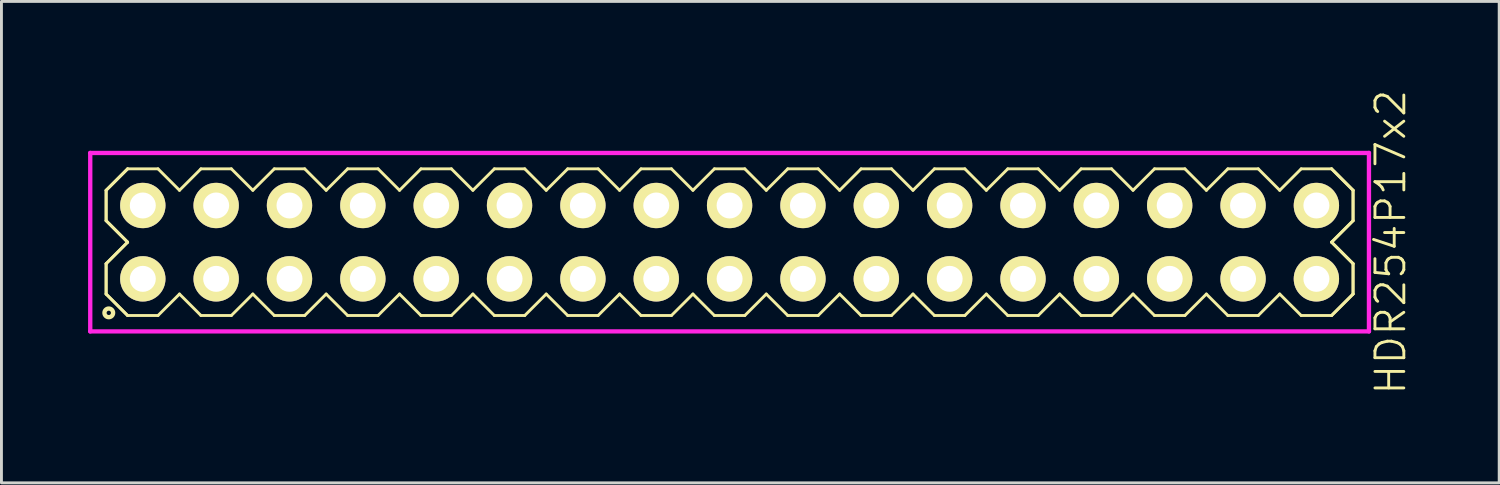
<source format=kicad_pcb>
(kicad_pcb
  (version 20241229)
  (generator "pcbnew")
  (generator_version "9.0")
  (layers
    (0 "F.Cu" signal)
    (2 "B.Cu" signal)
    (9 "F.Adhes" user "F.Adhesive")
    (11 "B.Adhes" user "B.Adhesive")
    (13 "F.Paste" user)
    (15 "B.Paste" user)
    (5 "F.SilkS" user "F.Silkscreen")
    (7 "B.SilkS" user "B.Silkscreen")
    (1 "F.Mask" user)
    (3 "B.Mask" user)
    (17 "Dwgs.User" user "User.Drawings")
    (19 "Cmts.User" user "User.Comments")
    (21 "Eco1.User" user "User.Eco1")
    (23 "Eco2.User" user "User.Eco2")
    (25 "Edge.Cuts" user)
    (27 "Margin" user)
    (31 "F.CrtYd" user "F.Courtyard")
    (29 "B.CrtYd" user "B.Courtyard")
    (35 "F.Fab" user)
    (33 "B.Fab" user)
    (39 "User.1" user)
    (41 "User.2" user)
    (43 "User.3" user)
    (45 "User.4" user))
  (footprint "HDR254P17x2"
    (layer "F.Cu")
    (at 22.215 5.336)
    (property "Reference" "HDR254P17x2" (at 22.89 0 90) (layer "F.SilkS") (effects (font (size 1 1) (thickness 0.1))))
    (attr through_hole)
    (fp_line (start -21.59 -1.796) (end -20.846 -2.54) (stroke (width 0.1) (type solid)) (layer "F.SilkS"))
    (fp_line (start -21.59 -1.796) (end -20.846 -2.54) (stroke (width 0.1) (type solid)) (layer "F.SilkS"))
    (fp_line (start -21.59 -0.744) (end -21.59 -1.796) (stroke (width 0.1) (type solid)) (layer "F.SilkS"))
    (fp_line (start -21.59 -0.744) (end -21.59 -1.796) (stroke (width 0.1) (type solid)) (layer "F.SilkS"))
    (fp_line (start -21.59 0.744) (end -20.846 0) (stroke (width 0.1) (type solid)) (layer "F.SilkS"))
    (fp_line (start -21.59 0.744) (end -20.846 0) (stroke (width 0.1) (type solid)) (layer "F.SilkS"))
    (fp_line (start -21.59 1.796) (end -21.59 0.744) (stroke (width 0.1) (type solid)) (layer "F.SilkS"))
    (fp_line (start -21.59 1.796) (end -21.59 0.744) (stroke (width 0.1) (type solid)) (layer "F.SilkS"))
    (fp_line (start -20.846 -2.54) (end -19.794 -2.54) (stroke (width 0.1) (type solid)) (layer "F.SilkS"))
    (fp_line (start -20.846 0) (end -21.59 -0.744) (stroke (width 0.1) (type solid)) (layer "F.SilkS"))
    (fp_line (start -20.846 0) (end -21.59 -0.744) (stroke (width 0.1) (type solid)) (layer "F.SilkS"))
    (fp_line (start -20.846 2.54) (end -21.59 1.796) (stroke (width 0.1) (type solid)) (layer "F.SilkS"))
    (fp_line (start -20.846 2.54) (end -21.59 1.796) (stroke (width 0.1) (type solid)) (layer "F.SilkS"))
    (fp_line (start -19.794 -2.54) (end -19.05 -1.796) (stroke (width 0.1) (type solid)) (layer "F.SilkS"))
    (fp_line (start -19.794 2.54) (end -20.846 2.54) (stroke (width 0.1) (type solid)) (layer "F.SilkS"))
    (fp_line (start -19.05 -1.796) (end -18.306 -2.54) (stroke (width 0.1) (type solid)) (layer "F.SilkS"))
    (fp_line (start -19.05 1.796) (end -19.794 2.54) (stroke (width 0.1) (type solid)) (layer "F.SilkS"))
    (fp_line (start -18.306 -2.54) (end -17.254 -2.54) (stroke (width 0.1) (type solid)) (layer "F.SilkS"))
    (fp_line (start -18.306 2.54) (end -19.05 1.796) (stroke (width 0.1) (type solid)) (layer "F.SilkS"))
    (fp_line (start -17.254 -2.54) (end -16.51 -1.796) (stroke (width 0.1) (type solid)) (layer "F.SilkS"))
    (fp_line (start -17.254 2.54) (end -18.306 2.54) (stroke (width 0.1) (type solid)) (layer "F.SilkS"))
    (fp_line (start -16.51 -1.796) (end -15.766 -2.54) (stroke (width 0.1) (type solid)) (layer "F.SilkS"))
    (fp_line (start -16.51 1.796) (end -17.254 2.54) (stroke (width 0.1) (type solid)) (layer "F.SilkS"))
    (fp_line (start -15.766 -2.54) (end -14.714 -2.54) (stroke (width 0.1) (type solid)) (layer "F.SilkS"))
    (fp_line (start -15.766 2.54) (end -16.51 1.796) (stroke (width 0.1) (type solid)) (layer "F.SilkS"))
    (fp_line (start -14.714 -2.54) (end -13.97 -1.796) (stroke (width 0.1) (type solid)) (layer "F.SilkS"))
    (fp_line (start -14.714 2.54) (end -15.766 2.54) (stroke (width 0.1) (type solid)) (layer "F.SilkS"))
    (fp_line (start -13.97 -1.796) (end -13.226 -2.54) (stroke (width 0.1) (type solid)) (layer "F.SilkS"))
    (fp_line (start -13.97 1.796) (end -14.714 2.54) (stroke (width 0.1) (type solid)) (layer "F.SilkS"))
    (fp_line (start -13.226 -2.54) (end -12.174 -2.54) (stroke (width 0.1) (type solid)) (layer "F.SilkS"))
    (fp_line (start -13.226 2.54) (end -13.97 1.796) (stroke (width 0.1) (type solid)) (layer "F.SilkS"))
    (fp_line (start -12.174 -2.54) (end -11.43 -1.796) (stroke (width 0.1) (type solid)) (layer "F.SilkS"))
    (fp_line (start -12.174 2.54) (end -13.226 2.54) (stroke (width 0.1) (type solid)) (layer "F.SilkS"))
    (fp_line (start -11.43 -1.796) (end -10.686 -2.54) (stroke (width 0.1) (type solid)) (layer "F.SilkS"))
    (fp_line (start -11.43 1.796) (end -12.174 2.54) (stroke (width 0.1) (type solid)) (layer "F.SilkS"))
    (fp_line (start -10.686 -2.54) (end -9.634 -2.54) (stroke (width 0.1) (type solid)) (layer "F.SilkS"))
    (fp_line (start -10.686 2.54) (end -11.43 1.796) (stroke (width 0.1) (type solid)) (layer "F.SilkS"))
    (fp_line (start -9.634 -2.54) (end -8.89 -1.796) (stroke (width 0.1) (type solid)) (layer "F.SilkS"))
    (fp_line (start -9.634 2.54) (end -10.686 2.54) (stroke (width 0.1) (type solid)) (layer "F.SilkS"))
    (fp_line (start -8.89 -1.796) (end -8.146 -2.54) (stroke (width 0.1) (type solid)) (layer "F.SilkS"))
    (fp_line (start -8.89 1.796) (end -9.634 2.54) (stroke (width 0.1) (type solid)) (layer "F.SilkS"))
    (fp_line (start -8.146 -2.54) (end -7.094 -2.54) (stroke (width 0.1) (type solid)) (layer "F.SilkS"))
    (fp_line (start -8.146 2.54) (end -8.89 1.796) (stroke (width 0.1) (type solid)) (layer "F.SilkS"))
    (fp_line (start -7.094 -2.54) (end -6.35 -1.796) (stroke (width 0.1) (type solid)) (layer "F.SilkS"))
    (fp_line (start -7.094 2.54) (end -8.146 2.54) (stroke (width 0.1) (type solid)) (layer "F.SilkS"))
    (fp_line (start -6.35 -1.796) (end -5.606 -2.54) (stroke (width 0.1) (type solid)) (layer "F.SilkS"))
    (fp_line (start -6.35 1.796) (end -7.094 2.54) (stroke (width 0.1) (type solid)) (layer "F.SilkS"))
    (fp_line (start -5.606 -2.54) (end -4.554 -2.54) (stroke (width 0.1) (type solid)) (layer "F.SilkS"))
    (fp_line (start -5.606 2.54) (end -6.35 1.796) (stroke (width 0.1) (type solid)) (layer "F.SilkS"))
    (fp_line (start -4.554 -2.54) (end -3.81 -1.796) (stroke (width 0.1) (type solid)) (layer "F.SilkS"))
    (fp_line (start -4.554 2.54) (end -5.606 2.54) (stroke (width 0.1) (type solid)) (layer "F.SilkS"))
    (fp_line (start -3.81 -1.796) (end -3.066 -2.54) (stroke (width 0.1) (type solid)) (layer "F.SilkS"))
    (fp_line (start -3.81 1.796) (end -4.554 2.54) (stroke (width 0.1) (type solid)) (layer "F.SilkS"))
    (fp_line (start -3.066 -2.54) (end -2.014 -2.54) (stroke (width 0.1) (type solid)) (layer "F.SilkS"))
    (fp_line (start -3.066 2.54) (end -3.81 1.796) (stroke (width 0.1) (type solid)) (layer "F.SilkS"))
    (fp_line (start -2.014 -2.54) (end -1.27 -1.796) (stroke (width 0.1) (type solid)) (layer "F.SilkS"))
    (fp_line (start -2.014 2.54) (end -3.066 2.54) (stroke (width 0.1) (type solid)) (layer "F.SilkS"))
    (fp_line (start -1.27 -1.796) (end -0.526 -2.54) (stroke (width 0.1) (type solid)) (layer "F.SilkS"))
    (fp_line (start -1.27 1.796) (end -2.014 2.54) (stroke (width 0.1) (type solid)) (layer "F.SilkS"))
    (fp_line (start -0.526 -2.54) (end 0.526 -2.54) (stroke (width 0.1) (type solid)) (layer "F.SilkS"))
    (fp_line (start -0.526 2.54) (end -1.27 1.796) (stroke (width 0.1) (type solid)) (layer "F.SilkS"))
    (fp_line (start 0.526 -2.54) (end 1.27 -1.796) (stroke (width 0.1) (type solid)) (layer "F.SilkS"))
    (fp_line (start 0.526 2.54) (end -0.526 2.54) (stroke (width 0.1) (type solid)) (layer "F.SilkS"))
    (fp_line (start 1.27 -1.796) (end 2.014 -2.54) (stroke (width 0.1) (type solid)) (layer "F.SilkS"))
    (fp_line (start 1.27 1.796) (end 0.526 2.54) (stroke (width 0.1) (type solid)) (layer "F.SilkS"))
    (fp_line (start 2.014 -2.54) (end 3.066 -2.54) (stroke (width 0.1) (type solid)) (layer "F.SilkS"))
    (fp_line (start 2.014 2.54) (end 1.27 1.796) (stroke (width 0.1) (type solid)) (layer "F.SilkS"))
    (fp_line (start 3.066 -2.54) (end 3.81 -1.796) (stroke (width 0.1) (type solid)) (layer "F.SilkS"))
    (fp_line (start 3.066 2.54) (end 2.014 2.54) (stroke (width 0.1) (type solid)) (layer "F.SilkS"))
    (fp_line (start 3.81 -1.796) (end 4.554 -2.54) (stroke (width 0.1) (type solid)) (layer "F.SilkS"))
    (fp_line (start 3.81 1.796) (end 3.066 2.54) (stroke (width 0.1) (type solid)) (layer "F.SilkS"))
    (fp_line (start 4.554 -2.54) (end 5.606 -2.54) (stroke (width 0.1) (type solid)) (layer "F.SilkS"))
    (fp_line (start 4.554 2.54) (end 3.81 1.796) (stroke (width 0.1) (type solid)) (layer "F.SilkS"))
    (fp_line (start 5.606 -2.54) (end 6.35 -1.796) (stroke (width 0.1) (type solid)) (layer "F.SilkS"))
    (fp_line (start 5.606 2.54) (end 4.554 2.54) (stroke (width 0.1) (type solid)) (layer "F.SilkS"))
    (fp_line (start 6.35 -1.796) (end 7.094 -2.54) (stroke (width 0.1) (type solid)) (layer "F.SilkS"))
    (fp_line (start 6.35 1.796) (end 5.606 2.54) (stroke (width 0.1) (type solid)) (layer "F.SilkS"))
    (fp_line (start 7.094 -2.54) (end 8.146 -2.54) (stroke (width 0.1) (type solid)) (layer "F.SilkS"))
    (fp_line (start 7.094 2.54) (end 6.35 1.796) (stroke (width 0.1) (type solid)) (layer "F.SilkS"))
    (fp_line (start 8.146 -2.54) (end 8.89 -1.796) (stroke (width 0.1) (type solid)) (layer "F.SilkS"))
    (fp_line (start 8.146 2.54) (end 7.094 2.54) (stroke (width 0.1) (type solid)) (layer "F.SilkS"))
    (fp_line (start 8.89 -1.796) (end 9.634 -2.54) (stroke (width 0.1) (type solid)) (layer "F.SilkS"))
    (fp_line (start 8.89 1.796) (end 8.146 2.54) (stroke (width 0.1) (type solid)) (layer "F.SilkS"))
    (fp_line (start 9.634 -2.54) (end 10.686 -2.54) (stroke (width 0.1) (type solid)) (layer "F.SilkS"))
    (fp_line (start 9.634 2.54) (end 8.89 1.796) (stroke (width 0.1) (type solid)) (layer "F.SilkS"))
    (fp_line (start 10.686 -2.54) (end 11.43 -1.796) (stroke (width 0.1) (type solid)) (layer "F.SilkS"))
    (fp_line (start 10.686 2.54) (end 9.634 2.54) (stroke (width 0.1) (type solid)) (layer "F.SilkS"))
    (fp_line (start 11.43 -1.796) (end 12.174 -2.54) (stroke (width 0.1) (type solid)) (layer "F.SilkS"))
    (fp_line (start 11.43 1.796) (end 10.686 2.54) (stroke (width 0.1) (type solid)) (layer "F.SilkS"))
    (fp_line (start 12.174 -2.54) (end 13.226 -2.54) (stroke (width 0.1) (type solid)) (layer "F.SilkS"))
    (fp_line (start 12.174 2.54) (end 11.43 1.796) (stroke (width 0.1) (type solid)) (layer "F.SilkS"))
    (fp_line (start 13.226 -2.54) (end 13.97 -1.796) (stroke (width 0.1) (type solid)) (layer "F.SilkS"))
    (fp_line (start 13.226 2.54) (end 12.174 2.54) (stroke (width 0.1) (type solid)) (layer "F.SilkS"))
    (fp_line (start 13.97 -1.796) (end 14.714 -2.54) (stroke (width 0.1) (type solid)) (layer "F.SilkS"))
    (fp_line (start 13.97 1.796) (end 13.226 2.54) (stroke (width 0.1) (type solid)) (layer "F.SilkS"))
    (fp_line (start 14.714 -2.54) (end 15.766 -2.54) (stroke (width 0.1) (type solid)) (layer "F.SilkS"))
    (fp_line (start 14.714 2.54) (end 13.97 1.796) (stroke (width 0.1) (type solid)) (layer "F.SilkS"))
    (fp_line (start 15.766 -2.54) (end 16.51 -1.796) (stroke (width 0.1) (type solid)) (layer "F.SilkS"))
    (fp_line (start 15.766 2.54) (end 14.714 2.54) (stroke (width 0.1) (type solid)) (layer "F.SilkS"))
    (fp_line (start 16.51 -1.796) (end 17.254 -2.54) (stroke (width 0.1) (type solid)) (layer "F.SilkS"))
    (fp_line (start 16.51 1.796) (end 15.766 2.54) (stroke (width 0.1) (type solid)) (layer "F.SilkS"))
    (fp_line (start 17.254 -2.54) (end 18.306 -2.54) (stroke (width 0.1) (type solid)) (layer "F.SilkS"))
    (fp_line (start 17.254 2.54) (end 16.51 1.796) (stroke (width 0.1) (type solid)) (layer "F.SilkS"))
    (fp_line (start 18.306 -2.54) (end 19.05 -1.796) (stroke (width 0.1) (type solid)) (layer "F.SilkS"))
    (fp_line (start 18.306 2.54) (end 17.254 2.54) (stroke (width 0.1) (type solid)) (layer "F.SilkS"))
    (fp_line (start 19.05 -1.796) (end 19.794 -2.54) (stroke (width 0.1) (type solid)) (layer "F.SilkS"))
    (fp_line (start 19.05 1.796) (end 18.306 2.54) (stroke (width 0.1) (type solid)) (layer "F.SilkS"))
    (fp_line (start 19.794 -2.54) (end 20.846 -2.54) (stroke (width 0.1) (type solid)) (layer "F.SilkS"))
    (fp_line (start 19.794 2.54) (end 19.05 1.796) (stroke (width 0.1) (type solid)) (layer "F.SilkS"))
    (fp_line (start 20.846 -2.54) (end 21.59 -1.796) (stroke (width 0.1) (type solid)) (layer "F.SilkS"))
    (fp_line (start 20.846 -2.54) (end 21.59 -1.796) (stroke (width 0.1) (type solid)) (layer "F.SilkS"))
    (fp_line (start 20.846 0) (end 21.59 0.744) (stroke (width 0.1) (type solid)) (layer "F.SilkS"))
    (fp_line (start 20.846 0) (end 21.59 0.744) (stroke (width 0.1) (type solid)) (layer "F.SilkS"))
    (fp_line (start 20.846 2.54) (end 19.794 2.54) (stroke (width 0.1) (type solid)) (layer "F.SilkS"))
    (fp_line (start 21.59 -1.796) (end 21.59 -0.744) (stroke (width 0.1) (type solid)) (layer "F.SilkS"))
    (fp_line (start 21.59 -1.796) (end 21.59 -0.744) (stroke (width 0.1) (type solid)) (layer "F.SilkS"))
    (fp_line (start 21.59 -0.744) (end 20.846 0) (stroke (width 0.1) (type solid)) (layer "F.SilkS"))
    (fp_line (start 21.59 -0.744) (end 20.846 0) (stroke (width 0.1) (type solid)) (layer "F.SilkS"))
    (fp_line (start 21.59 0.744) (end 21.59 1.796) (stroke (width 0.1) (type solid)) (layer "F.SilkS"))
    (fp_line (start 21.59 0.744) (end 21.59 1.796) (stroke (width 0.1) (type solid)) (layer "F.SilkS"))
    (fp_line (start 21.59 1.796) (end 20.846 2.54) (stroke (width 0.1) (type solid)) (layer "F.SilkS"))
    (fp_line (start 21.59 1.796) (end 20.846 2.54) (stroke (width 0.1) (type solid)) (layer "F.SilkS"))
    (fp_circle (center -21.498 2.448) (end -21.348 2.448) (stroke (width 0.15) (type solid)) (fill no) (layer "F.SilkS"))
    (fp_line (start -22.14 -3.09) (end -22.14 3.09) (stroke (width 0.15) (type solid)) (layer "F.CrtYd"))
    (fp_line (start -22.14 3.09) (end 22.14 3.09) (stroke (width 0.15) (type solid)) (layer "F.CrtYd"))
    (fp_line (start 22.14 -3.09) (end -22.14 -3.09) (stroke (width 0.15) (type solid)) (layer "F.CrtYd"))
    (fp_line (start 22.14 3.09) (end 22.14 -3.09) (stroke (width 0.15) (type solid)) (layer "F.CrtYd"))
    (pad "1" thru_hole oval (at -20.32 1.27) (size 1.57 1.57) (drill 0.9) (layers "*.Cu" "*.Mask" "F.SilkS"))
    (pad "2" thru_hole oval (at -20.32 -1.27) (size 1.57 1.57) (drill 0.9) (layers "*.Cu" "*.Mask" "F.SilkS"))
    (pad "3" thru_hole oval (at -17.78 1.27) (size 1.57 1.57) (drill 0.9) (layers "*.Cu" "*.Mask" "F.SilkS"))
    (pad "4" thru_hole oval (at -17.78 -1.27) (size 1.57 1.57) (drill 0.9) (layers "*.Cu" "*.Mask" "F.SilkS"))
    (pad "5" thru_hole oval (at -15.24 1.27) (size 1.57 1.57) (drill 0.9) (layers "*.Cu" "*.Mask" "F.SilkS"))
    (pad "6" thru_hole oval (at -15.24 -1.27) (size 1.57 1.57) (drill 0.9) (layers "*.Cu" "*.Mask" "F.SilkS"))
    (pad "7" thru_hole oval (at -12.7 1.27) (size 1.57 1.57) (drill 0.9) (layers "*.Cu" "*.Mask" "F.SilkS"))
    (pad "8" thru_hole oval (at -12.7 -1.27) (size 1.57 1.57) (drill 0.9) (layers "*.Cu" "*.Mask" "F.SilkS"))
    (pad "9" thru_hole oval (at -10.16 1.27) (size 1.57 1.57) (drill 0.9) (layers "*.Cu" "*.Mask" "F.SilkS"))
    (pad "10" thru_hole oval (at -10.16 -1.27) (size 1.57 1.57) (drill 0.9) (layers "*.Cu" "*.Mask" "F.SilkS"))
    (pad "11" thru_hole oval (at -7.62 1.27) (size 1.57 1.57) (drill 0.9) (layers "*.Cu" "*.Mask" "F.SilkS"))
    (pad "12" thru_hole oval (at -7.62 -1.27) (size 1.57 1.57) (drill 0.9) (layers "*.Cu" "*.Mask" "F.SilkS"))
    (pad "13" thru_hole oval (at -5.08 1.27) (size 1.57 1.57) (drill 0.9) (layers "*.Cu" "*.Mask" "F.SilkS"))
    (pad "14" thru_hole oval (at -5.08 -1.27) (size 1.57 1.57) (drill 0.9) (layers "*.Cu" "*.Mask" "F.SilkS"))
    (pad "15" thru_hole oval (at -2.54 1.27) (size 1.57 1.57) (drill 0.9) (layers "*.Cu" "*.Mask" "F.SilkS"))
    (pad "16" thru_hole oval (at -2.54 -1.27) (size 1.57 1.57) (drill 0.9) (layers "*.Cu" "*.Mask" "F.SilkS"))
    (pad "17" thru_hole oval (at 0 1.27) (size 1.57 1.57) (drill 0.9) (layers "*.Cu" "*.Mask" "F.SilkS"))
    (pad "18" thru_hole oval (at 0 -1.27) (size 1.57 1.57) (drill 0.9) (layers "*.Cu" "*.Mask" "F.SilkS"))
    (pad "19" thru_hole oval (at 2.54 1.27) (size 1.57 1.57) (drill 0.9) (layers "*.Cu" "*.Mask" "F.SilkS"))
    (pad "20" thru_hole oval (at 2.54 -1.27) (size 1.57 1.57) (drill 0.9) (layers "*.Cu" "*.Mask" "F.SilkS"))
    (pad "21" thru_hole oval (at 5.08 1.27) (size 1.57 1.57) (drill 0.9) (layers "*.Cu" "*.Mask" "F.SilkS"))
    (pad "22" thru_hole oval (at 5.08 -1.27) (size 1.57 1.57) (drill 0.9) (layers "*.Cu" "*.Mask" "F.SilkS"))
    (pad "23" thru_hole oval (at 7.62 1.27) (size 1.57 1.57) (drill 0.9) (layers "*.Cu" "*.Mask" "F.SilkS"))
    (pad "24" thru_hole oval (at 7.62 -1.27) (size 1.57 1.57) (drill 0.9) (layers "*.Cu" "*.Mask" "F.SilkS"))
    (pad "25" thru_hole oval (at 10.16 1.27) (size 1.57 1.57) (drill 0.9) (layers "*.Cu" "*.Mask" "F.SilkS"))
    (pad "26" thru_hole oval (at 10.16 -1.27) (size 1.57 1.57) (drill 0.9) (layers "*.Cu" "*.Mask" "F.SilkS"))
    (pad "27" thru_hole oval (at 12.7 1.27) (size 1.57 1.57) (drill 0.9) (layers "*.Cu" "*.Mask" "F.SilkS"))
    (pad "28" thru_hole oval (at 12.7 -1.27) (size 1.57 1.57) (drill 0.9) (layers "*.Cu" "*.Mask" "F.SilkS"))
    (pad "29" thru_hole oval (at 15.24 1.27) (size 1.57 1.57) (drill 0.9) (layers "*.Cu" "*.Mask" "F.SilkS"))
    (pad "30" thru_hole oval (at 15.24 -1.27) (size 1.57 1.57) (drill 0.9) (layers "*.Cu" "*.Mask" "F.SilkS"))
    (pad "31" thru_hole oval (at 17.78 1.27) (size 1.57 1.57) (drill 0.9) (layers "*.Cu" "*.Mask" "F.SilkS"))
    (pad "32" thru_hole oval (at 17.78 -1.27) (size 1.57 1.57) (drill 0.9) (layers "*.Cu" "*.Mask" "F.SilkS"))
    (pad "33" thru_hole oval (at 20.32 1.27) (size 1.57 1.57) (drill 0.9) (layers "*.Cu" "*.Mask" "F.SilkS"))
    (pad "34" thru_hole oval (at 20.32 -1.27) (size 1.57 1.57) (drill 0.9) (layers "*.Cu" "*.Mask" "F.SilkS")))
  (gr_rect
    (start -3 -3)
    (end 48.865 13.671)
    (stroke (width 0.1) (type default))
    (fill no)
    (layer "Edge.Cuts")))
</source>
